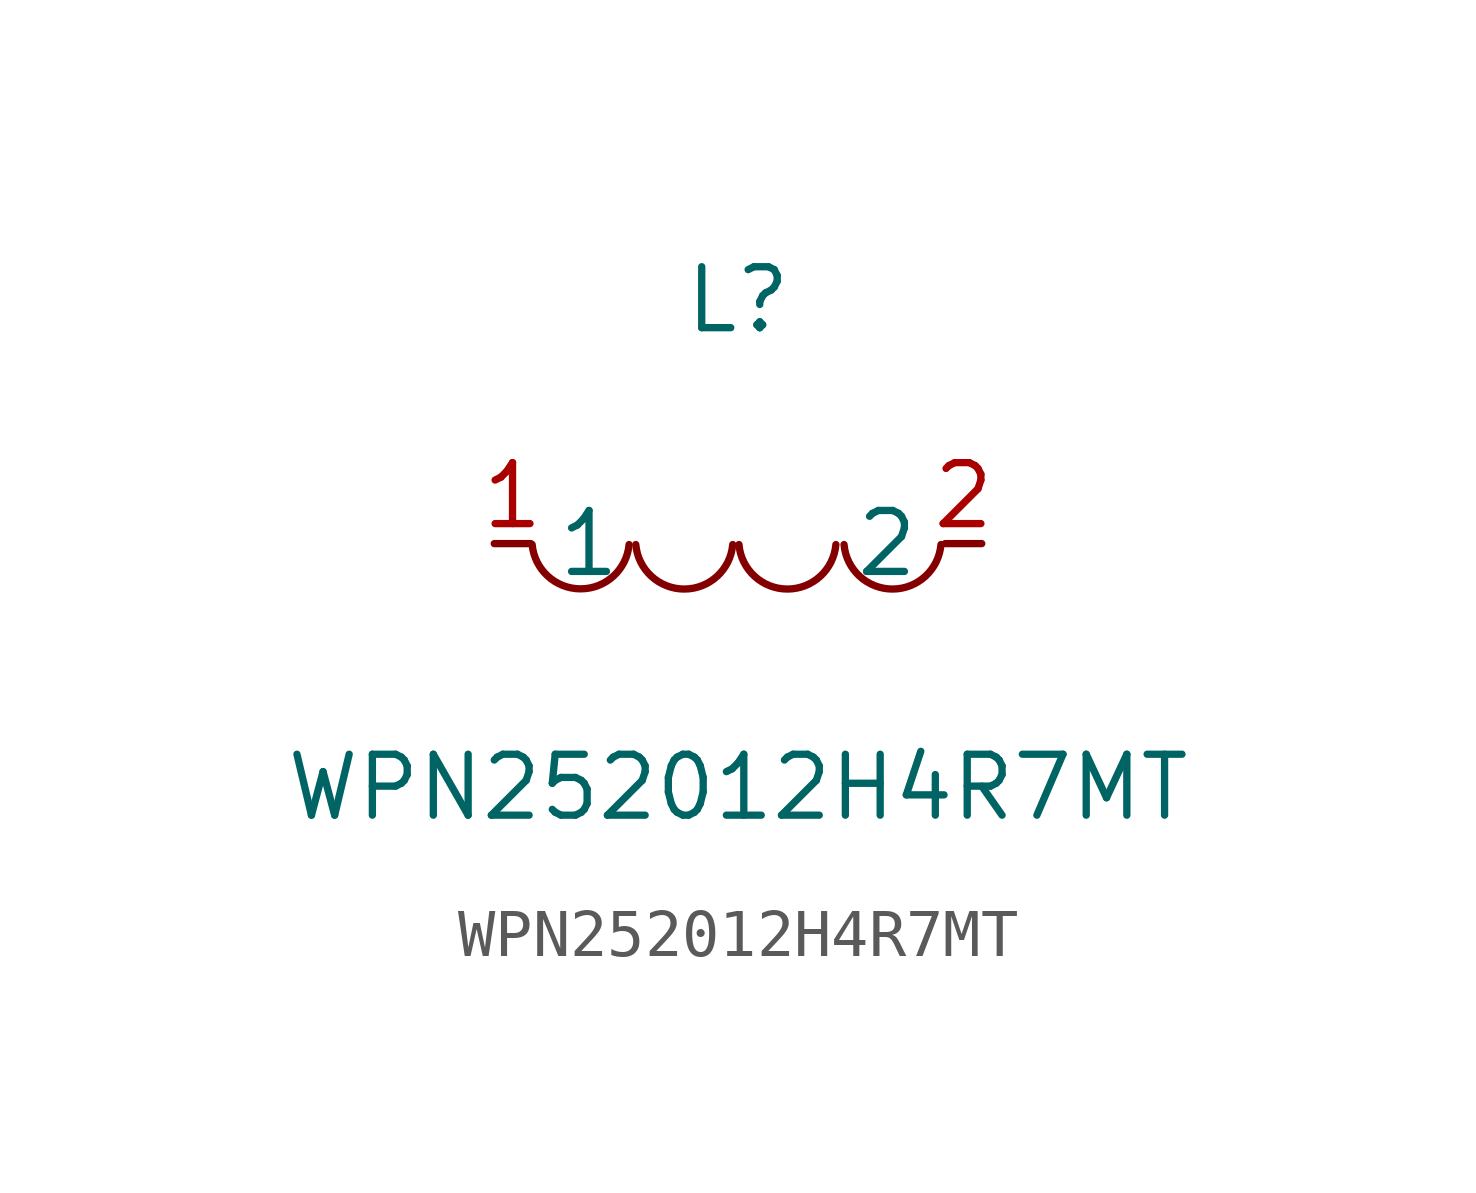
<source format=kicad_sym>
(kicad_symbol_lib
  (version 20211014)
  (generator https://github.com/uPesy/easyeda2kicad.py)
  (symbol "WPN252012H4R7MT"
    (property "Reference" "L"
      (at 0 5.08 0)
      (effects (font (size 1.27 1.27))))
    (property "Value" "WPN252012H4R7MT"
      (at 0 -5.08 0)
      (effects (font (size 1.27 1.27))))
    (symbol "WPN252012H4R7MT_0_1"
      (arc (start -4.29 -0.02) (mid -2.81 -1.01) (end -2.27 -0.02) (stroke (width 0) (type default) (color 0 0 0 0)) (fill (type none)))
      (arc (start -2.13 -0.02) (mid -0.66 -1.01) (end -0.11 -0.02) (stroke (width 0) (type default) (color 0 0 0 0)) (fill (type none)))
      (arc (start 0.02 -0.02) (mid 1.49 -1.01) (end 2.04 -0.02) (stroke (width 0) (type default) (color 0 0 0 0)) (fill (type none)))
      (arc (start 2.21 -0.02) (mid 3.68 -1.01) (end 4.23 -0.02) (stroke (width 0) (type default) (color 0 0 0 0)) (fill (type none)))
      (pin unspecified line (at 5.08 -0.00 180) (length 0.762) (name "2" (effects (font (size 1.27 1.27)))) (number "2" (effects (font (size 1.27 1.27)))))
      (pin unspecified line (at -5.08 -0.00 0) (length 0.762) (name "1" (effects (font (size 1.27 1.27)))) (number "1" (effects (font (size 1.27 1.27))))))))
</source>
